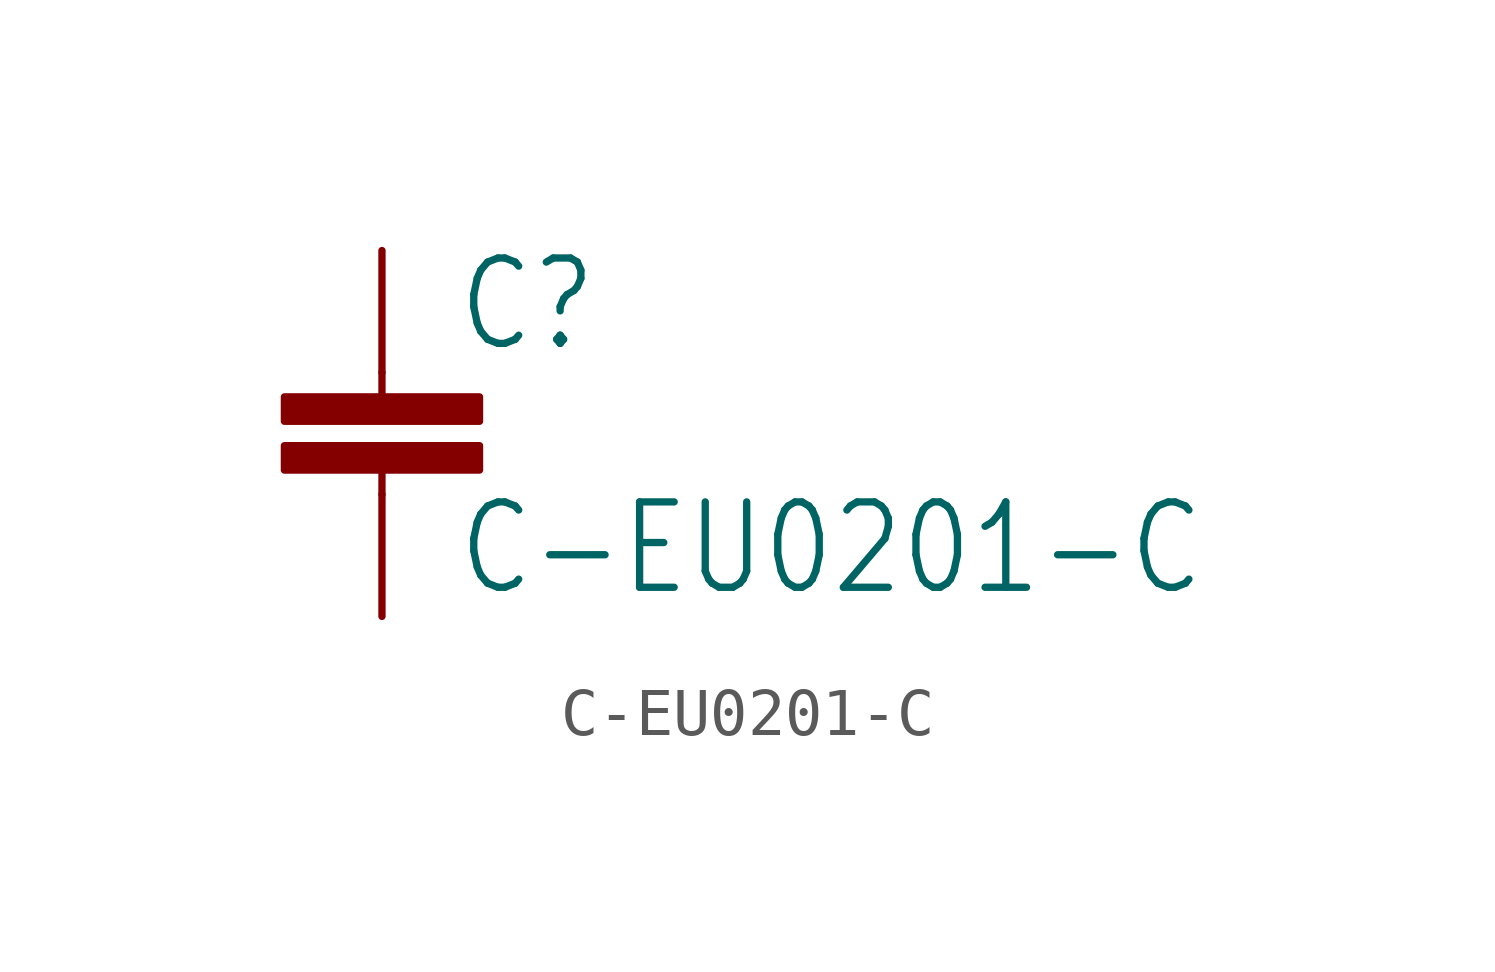
<source format=kicad_sym>
(kicad_symbol_lib
  (version 20201005)
  (generator kicad_symbol_editor)
  (symbol "pirt:C-EU0201-C"
    (property "Reference" "C"
      (at 1.524 0.381 0)
      (effects (font (size 1.778 1.511)) (justify left bottom)))
    (property "Value" "C-EU0201-C"
      (at 1.524 -4.699 0)
      (effects (font (size 1.778 1.511)) (justify left bottom)))
    (property "ki_locked" ""
      (at 0 0 0)
      (effects (font (size 1.27 1.27))))
    (symbol "C-EU0201-C_1_0"
      (rectangle (start -2.032 -2.032) (end 2.032 -1.524) (stroke (width 0)) (fill (type outline)))
      (rectangle (start -2.032 -1.016) (end 2.032 -0.508) (stroke (width 0)) (fill (type outline)))
      (polyline (pts (xy 0 -2.54) (xy 0 -2.032)) (stroke (width 0.152)) (fill (type none)))
      (polyline (pts (xy 0 0) (xy 0 -0.508)) (stroke (width 0.152)) (fill (type none)))
      (pin passive line (at 0 2.54 270) (length 2.54) (name "1" (effects (font (size 0 0)))) (number "1" (effects (font (size 0 0)))))
      (pin passive line (at 0 -5.08 90) (length 2.54) (name "2" (effects (font (size 0 0)))) (number "2" (effects (font (size 0 0))))))))
</source>
